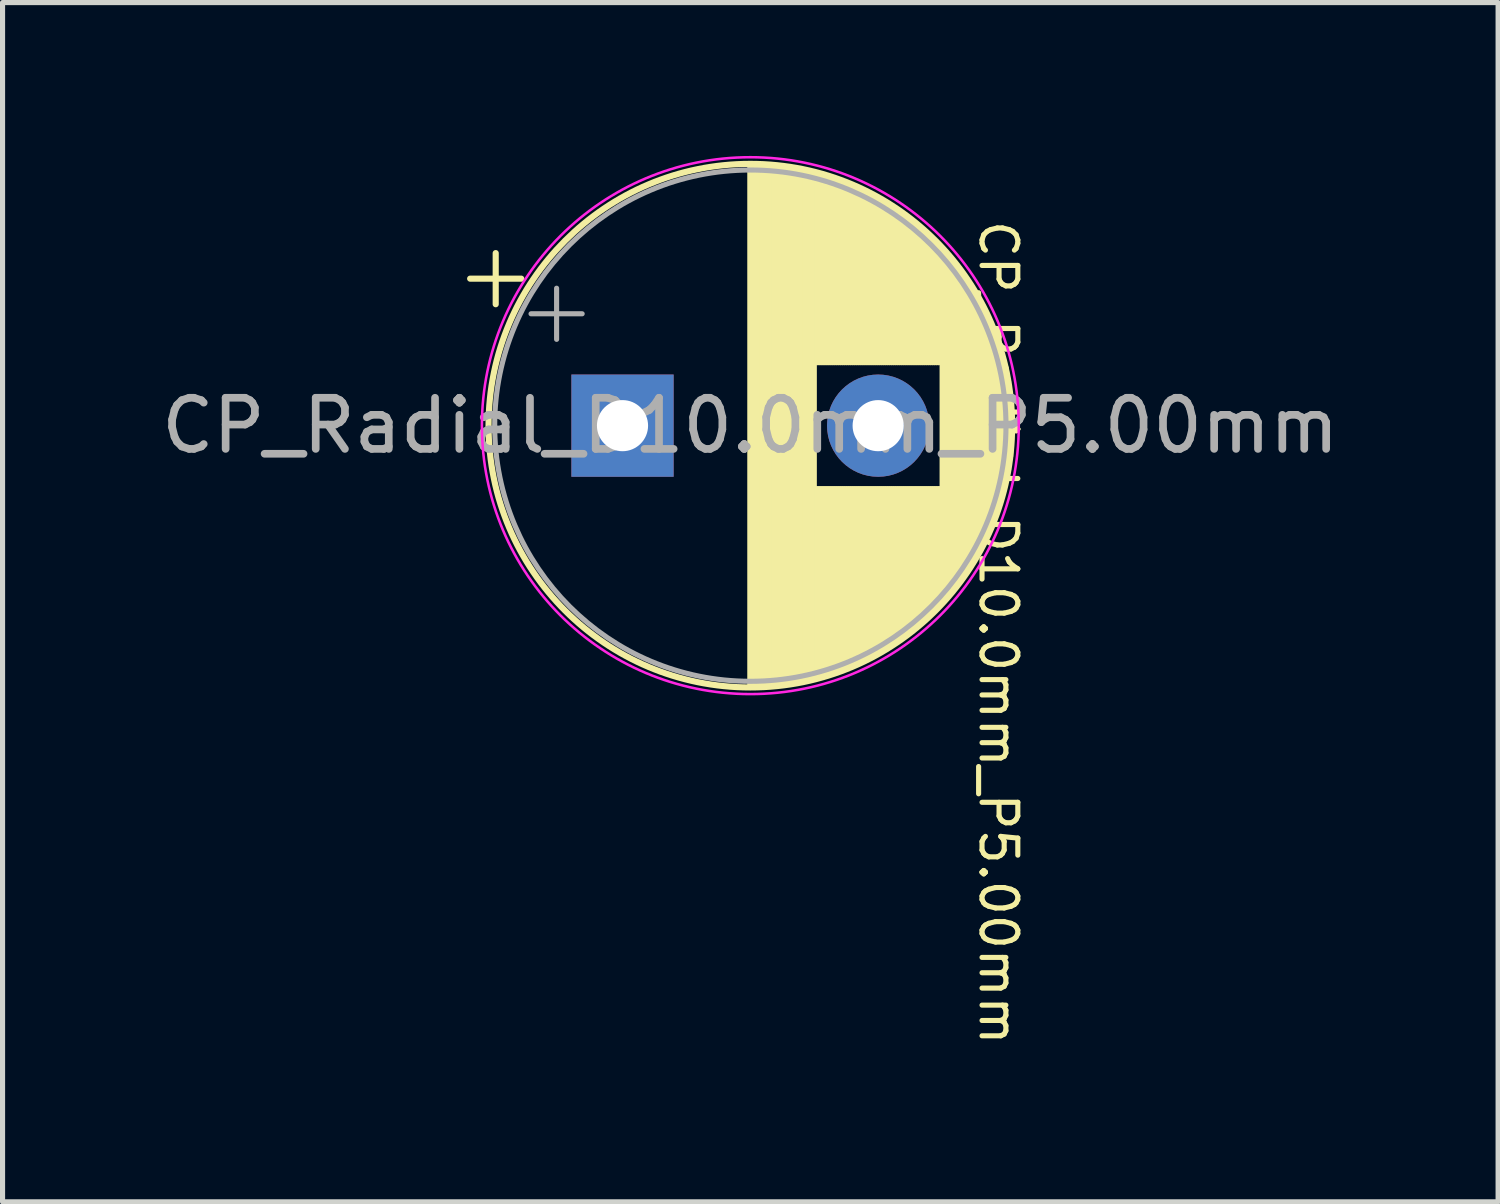
<source format=kicad_pcb>
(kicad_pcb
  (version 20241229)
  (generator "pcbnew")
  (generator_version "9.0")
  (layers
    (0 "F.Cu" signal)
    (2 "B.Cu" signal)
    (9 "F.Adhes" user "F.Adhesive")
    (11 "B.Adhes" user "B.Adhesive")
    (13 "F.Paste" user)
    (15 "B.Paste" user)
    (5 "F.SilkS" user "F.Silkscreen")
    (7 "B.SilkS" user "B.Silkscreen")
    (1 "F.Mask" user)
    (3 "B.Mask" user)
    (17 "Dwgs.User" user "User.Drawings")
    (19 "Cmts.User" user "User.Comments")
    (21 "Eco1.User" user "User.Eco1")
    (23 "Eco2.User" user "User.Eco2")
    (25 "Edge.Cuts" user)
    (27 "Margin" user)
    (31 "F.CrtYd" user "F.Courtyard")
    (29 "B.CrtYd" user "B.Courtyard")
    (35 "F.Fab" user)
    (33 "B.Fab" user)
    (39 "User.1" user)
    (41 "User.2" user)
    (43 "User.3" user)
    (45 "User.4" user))
  (footprint "CP_Radial_D10.0mm_P5.00mm"
    (layer "F.Cu")
    (at 9.125 5.275)
    (property "Reference" "CP_Radial_D10.0mm_P5.00mm" (at 7.35 4.05 270) (unlocked yes) (layer "F.SilkS") (effects (font (size 0.7 0.7) (thickness 0.1))))
    (attr through_hole)
    (fp_line (start -2.98 -2.875) (end -1.98 -2.875) (stroke (width 0.12) (type solid)) (layer "F.SilkS"))
    (fp_line (start -2.48 -3.375) (end -2.48 -2.375) (stroke (width 0.12) (type solid)) (layer "F.SilkS"))
    (fp_line (start 2.5 -5.08) (end 2.5 5.08) (stroke (width 0.12) (type solid)) (layer "F.SilkS"))
    (fp_line (start 2.54 -5.08) (end 2.54 5.08) (stroke (width 0.12) (type solid)) (layer "F.SilkS"))
    (fp_line (start 2.58 -5.08) (end 2.58 5.08) (stroke (width 0.12) (type solid)) (layer "F.SilkS"))
    (fp_line (start 2.62 -5.079) (end 2.62 5.079) (stroke (width 0.12) (type solid)) (layer "F.SilkS"))
    (fp_line (start 2.66 -5.078) (end 2.66 5.078) (stroke (width 0.12) (type solid)) (layer "F.SilkS"))
    (fp_line (start 2.7 -5.077) (end 2.7 5.077) (stroke (width 0.12) (type solid)) (layer "F.SilkS"))
    (fp_line (start 2.74 -5.075) (end 2.74 5.075) (stroke (width 0.12) (type solid)) (layer "F.SilkS"))
    (fp_line (start 2.78 -5.073) (end 2.78 5.073) (stroke (width 0.12) (type solid)) (layer "F.SilkS"))
    (fp_line (start 2.82 -5.07) (end 2.82 5.07) (stroke (width 0.12) (type solid)) (layer "F.SilkS"))
    (fp_line (start 2.86 -5.068) (end 2.86 5.068) (stroke (width 0.12) (type solid)) (layer "F.SilkS"))
    (fp_line (start 2.9 -5.065) (end 2.9 5.065) (stroke (width 0.12) (type solid)) (layer "F.SilkS"))
    (fp_line (start 2.94 -5.062) (end 2.94 5.062) (stroke (width 0.12) (type solid)) (layer "F.SilkS"))
    (fp_line (start 2.98 -5.058) (end 2.98 5.058) (stroke (width 0.12) (type solid)) (layer "F.SilkS"))
    (fp_line (start 3.02 -5.054) (end 3.02 5.054) (stroke (width 0.12) (type solid)) (layer "F.SilkS"))
    (fp_line (start 3.06 -5.05) (end 3.06 5.05) (stroke (width 0.12) (type solid)) (layer "F.SilkS"))
    (fp_line (start 3.1 -5.045) (end 3.1 5.045) (stroke (width 0.12) (type solid)) (layer "F.SilkS"))
    (fp_line (start 3.14 -5.04) (end 3.14 5.04) (stroke (width 0.12) (type solid)) (layer "F.SilkS"))
    (fp_line (start 3.18 -5.035) (end 3.18 5.035) (stroke (width 0.12) (type solid)) (layer "F.SilkS"))
    (fp_line (start 3.221 -5.03) (end 3.221 5.03) (stroke (width 0.12) (type solid)) (layer "F.SilkS"))
    (fp_line (start 3.261 -5.024) (end 3.261 5.024) (stroke (width 0.12) (type solid)) (layer "F.SilkS"))
    (fp_line (start 3.301 -5.018) (end 3.301 5.018) (stroke (width 0.12) (type solid)) (layer "F.SilkS"))
    (fp_line (start 3.341 -5.011) (end 3.341 5.011) (stroke (width 0.12) (type solid)) (layer "F.SilkS"))
    (fp_line (start 3.381 -5.004) (end 3.381 5.004) (stroke (width 0.12) (type solid)) (layer "F.SilkS"))
    (fp_line (start 3.421 -4.997) (end 3.421 4.997) (stroke (width 0.12) (type solid)) (layer "F.SilkS"))
    (fp_line (start 3.461 -4.99) (end 3.461 4.99) (stroke (width 0.12) (type solid)) (layer "F.SilkS"))
    (fp_line (start 3.501 -4.982) (end 3.501 4.982) (stroke (width 0.12) (type solid)) (layer "F.SilkS"))
    (fp_line (start 3.541 -4.974) (end 3.541 4.974) (stroke (width 0.12) (type solid)) (layer "F.SilkS"))
    (fp_line (start 3.581 -4.965) (end 3.581 4.965) (stroke (width 0.12) (type solid)) (layer "F.SilkS"))
    (fp_line (start 3.621 -4.956) (end 3.621 4.956) (stroke (width 0.12) (type solid)) (layer "F.SilkS"))
    (fp_line (start 3.661 -4.947) (end 3.661 4.947) (stroke (width 0.12) (type solid)) (layer "F.SilkS"))
    (fp_line (start 3.701 -4.938) (end 3.701 4.938) (stroke (width 0.12) (type solid)) (layer "F.SilkS"))
    (fp_line (start 3.741 -4.928) (end 3.741 4.928) (stroke (width 0.12) (type solid)) (layer "F.SilkS"))
    (fp_line (start 3.781 -4.918) (end 3.781 -1.241) (stroke (width 0.12) (type solid)) (layer "F.SilkS"))
    (fp_line (start 3.781 1.241) (end 3.781 4.918) (stroke (width 0.12) (type solid)) (layer "F.SilkS"))
    (fp_line (start 3.821 -4.907) (end 3.821 -1.241) (stroke (width 0.12) (type solid)) (layer "F.SilkS"))
    (fp_line (start 3.821 1.241) (end 3.821 4.907) (stroke (width 0.12) (type solid)) (layer "F.SilkS"))
    (fp_line (start 3.861 -4.897) (end 3.861 -1.241) (stroke (width 0.12) (type solid)) (layer "F.SilkS"))
    (fp_line (start 3.861 1.241) (end 3.861 4.897) (stroke (width 0.12) (type solid)) (layer "F.SilkS"))
    (fp_line (start 3.901 -4.885) (end 3.901 -1.241) (stroke (width 0.12) (type solid)) (layer "F.SilkS"))
    (fp_line (start 3.901 1.241) (end 3.901 4.885) (stroke (width 0.12) (type solid)) (layer "F.SilkS"))
    (fp_line (start 3.941 -4.874) (end 3.941 -1.241) (stroke (width 0.12) (type solid)) (layer "F.SilkS"))
    (fp_line (start 3.941 1.241) (end 3.941 4.874) (stroke (width 0.12) (type solid)) (layer "F.SilkS"))
    (fp_line (start 3.981 -4.862) (end 3.981 -1.241) (stroke (width 0.12) (type solid)) (layer "F.SilkS"))
    (fp_line (start 3.981 1.241) (end 3.981 4.862) (stroke (width 0.12) (type solid)) (layer "F.SilkS"))
    (fp_line (start 4.021 -4.85) (end 4.021 -1.241) (stroke (width 0.12) (type solid)) (layer "F.SilkS"))
    (fp_line (start 4.021 1.241) (end 4.021 4.85) (stroke (width 0.12) (type solid)) (layer "F.SilkS"))
    (fp_line (start 4.061 -4.837) (end 4.061 -1.241) (stroke (width 0.12) (type solid)) (layer "F.SilkS"))
    (fp_line (start 4.061 1.241) (end 4.061 4.837) (stroke (width 0.12) (type solid)) (layer "F.SilkS"))
    (fp_line (start 4.101 -4.824) (end 4.101 -1.241) (stroke (width 0.12) (type solid)) (layer "F.SilkS"))
    (fp_line (start 4.101 1.241) (end 4.101 4.824) (stroke (width 0.12) (type solid)) (layer "F.SilkS"))
    (fp_line (start 4.141 -4.811) (end 4.141 -1.241) (stroke (width 0.12) (type solid)) (layer "F.SilkS"))
    (fp_line (start 4.141 1.241) (end 4.141 4.811) (stroke (width 0.12) (type solid)) (layer "F.SilkS"))
    (fp_line (start 4.181 -4.797) (end 4.181 -1.241) (stroke (width 0.12) (type solid)) (layer "F.SilkS"))
    (fp_line (start 4.181 1.241) (end 4.181 4.797) (stroke (width 0.12) (type solid)) (layer "F.SilkS"))
    (fp_line (start 4.221 -4.783) (end 4.221 -1.241) (stroke (width 0.12) (type solid)) (layer "F.SilkS"))
    (fp_line (start 4.221 1.241) (end 4.221 4.783) (stroke (width 0.12) (type solid)) (layer "F.SilkS"))
    (fp_line (start 4.261 -4.768) (end 4.261 -1.241) (stroke (width 0.12) (type solid)) (layer "F.SilkS"))
    (fp_line (start 4.261 1.241) (end 4.261 4.768) (stroke (width 0.12) (type solid)) (layer "F.SilkS"))
    (fp_line (start 4.301 -4.754) (end 4.301 -1.241) (stroke (width 0.12) (type solid)) (layer "F.SilkS"))
    (fp_line (start 4.301 1.241) (end 4.301 4.754) (stroke (width 0.12) (type solid)) (layer "F.SilkS"))
    (fp_line (start 4.341 -4.738) (end 4.341 -1.241) (stroke (width 0.12) (type solid)) (layer "F.SilkS"))
    (fp_line (start 4.341 1.241) (end 4.341 4.738) (stroke (width 0.12) (type solid)) (layer "F.SilkS"))
    (fp_line (start 4.381 -4.723) (end 4.381 -1.241) (stroke (width 0.12) (type solid)) (layer "F.SilkS"))
    (fp_line (start 4.381 1.241) (end 4.381 4.723) (stroke (width 0.12) (type solid)) (layer "F.SilkS"))
    (fp_line (start 4.421 -4.707) (end 4.421 -1.241) (stroke (width 0.12) (type solid)) (layer "F.SilkS"))
    (fp_line (start 4.421 1.241) (end 4.421 4.707) (stroke (width 0.12) (type solid)) (layer "F.SilkS"))
    (fp_line (start 4.461 -4.69) (end 4.461 -1.241) (stroke (width 0.12) (type solid)) (layer "F.SilkS"))
    (fp_line (start 4.461 1.241) (end 4.461 4.69) (stroke (width 0.12) (type solid)) (layer "F.SilkS"))
    (fp_line (start 4.501 -4.674) (end 4.501 -1.241) (stroke (width 0.12) (type solid)) (layer "F.SilkS"))
    (fp_line (start 4.501 1.241) (end 4.501 4.674) (stroke (width 0.12) (type solid)) (layer "F.SilkS"))
    (fp_line (start 4.541 -4.657) (end 4.541 -1.241) (stroke (width 0.12) (type solid)) (layer "F.SilkS"))
    (fp_line (start 4.541 1.241) (end 4.541 4.657) (stroke (width 0.12) (type solid)) (layer "F.SilkS"))
    (fp_line (start 4.581 -4.639) (end 4.581 -1.241) (stroke (width 0.12) (type solid)) (layer "F.SilkS"))
    (fp_line (start 4.581 1.241) (end 4.581 4.639) (stroke (width 0.12) (type solid)) (layer "F.SilkS"))
    (fp_line (start 4.621 -4.621) (end 4.621 -1.241) (stroke (width 0.12) (type solid)) (layer "F.SilkS"))
    (fp_line (start 4.621 1.241) (end 4.621 4.621) (stroke (width 0.12) (type solid)) (layer "F.SilkS"))
    (fp_line (start 4.661 -4.603) (end 4.661 -1.241) (stroke (width 0.12) (type solid)) (layer "F.SilkS"))
    (fp_line (start 4.661 1.241) (end 4.661 4.603) (stroke (width 0.12) (type solid)) (layer "F.SilkS"))
    (fp_line (start 4.701 -4.584) (end 4.701 -1.241) (stroke (width 0.12) (type solid)) (layer "F.SilkS"))
    (fp_line (start 4.701 1.241) (end 4.701 4.584) (stroke (width 0.12) (type solid)) (layer "F.SilkS"))
    (fp_line (start 4.741 -4.564) (end 4.741 -1.241) (stroke (width 0.12) (type solid)) (layer "F.SilkS"))
    (fp_line (start 4.741 1.241) (end 4.741 4.564) (stroke (width 0.12) (type solid)) (layer "F.SilkS"))
    (fp_line (start 4.781 -4.545) (end 4.781 -1.241) (stroke (width 0.12) (type solid)) (layer "F.SilkS"))
    (fp_line (start 4.781 1.241) (end 4.781 4.545) (stroke (width 0.12) (type solid)) (layer "F.SilkS"))
    (fp_line (start 4.821 -4.525) (end 4.821 -1.241) (stroke (width 0.12) (type solid)) (layer "F.SilkS"))
    (fp_line (start 4.821 1.241) (end 4.821 4.525) (stroke (width 0.12) (type solid)) (layer "F.SilkS"))
    (fp_line (start 4.861 -4.504) (end 4.861 -1.241) (stroke (width 0.12) (type solid)) (layer "F.SilkS"))
    (fp_line (start 4.861 1.241) (end 4.861 4.504) (stroke (width 0.12) (type solid)) (layer "F.SilkS"))
    (fp_line (start 4.901 -4.483) (end 4.901 -1.241) (stroke (width 0.12) (type solid)) (layer "F.SilkS"))
    (fp_line (start 4.901 1.241) (end 4.901 4.483) (stroke (width 0.12) (type solid)) (layer "F.SilkS"))
    (fp_line (start 4.941 -4.462) (end 4.941 -1.241) (stroke (width 0.12) (type solid)) (layer "F.SilkS"))
    (fp_line (start 4.941 1.241) (end 4.941 4.462) (stroke (width 0.12) (type solid)) (layer "F.SilkS"))
    (fp_line (start 4.981 -4.44) (end 4.981 -1.241) (stroke (width 0.12) (type solid)) (layer "F.SilkS"))
    (fp_line (start 4.981 1.241) (end 4.981 4.44) (stroke (width 0.12) (type solid)) (layer "F.SilkS"))
    (fp_line (start 5.021 -4.417) (end 5.021 -1.241) (stroke (width 0.12) (type solid)) (layer "F.SilkS"))
    (fp_line (start 5.021 1.241) (end 5.021 4.417) (stroke (width 0.12) (type solid)) (layer "F.SilkS"))
    (fp_line (start 5.061 -4.395) (end 5.061 -1.241) (stroke (width 0.12) (type solid)) (layer "F.SilkS"))
    (fp_line (start 5.061 1.241) (end 5.061 4.395) (stroke (width 0.12) (type solid)) (layer "F.SilkS"))
    (fp_line (start 5.101 -4.371) (end 5.101 -1.241) (stroke (width 0.12) (type solid)) (layer "F.SilkS"))
    (fp_line (start 5.101 1.241) (end 5.101 4.371) (stroke (width 0.12) (type solid)) (layer "F.SilkS"))
    (fp_line (start 5.141 -4.347) (end 5.141 -1.241) (stroke (width 0.12) (type solid)) (layer "F.SilkS"))
    (fp_line (start 5.141 1.241) (end 5.141 4.347) (stroke (width 0.12) (type solid)) (layer "F.SilkS"))
    (fp_line (start 5.181 -4.323) (end 5.181 -1.241) (stroke (width 0.12) (type solid)) (layer "F.SilkS"))
    (fp_line (start 5.181 1.241) (end 5.181 4.323) (stroke (width 0.12) (type solid)) (layer "F.SilkS"))
    (fp_line (start 5.221 -4.298) (end 5.221 -1.241) (stroke (width 0.12) (type solid)) (layer "F.SilkS"))
    (fp_line (start 5.221 1.241) (end 5.221 4.298) (stroke (width 0.12) (type solid)) (layer "F.SilkS"))
    (fp_line (start 5.261 -4.273) (end 5.261 -1.241) (stroke (width 0.12) (type solid)) (layer "F.SilkS"))
    (fp_line (start 5.261 1.241) (end 5.261 4.273) (stroke (width 0.12) (type solid)) (layer "F.SilkS"))
    (fp_line (start 5.301 -4.247) (end 5.301 -1.241) (stroke (width 0.12) (type solid)) (layer "F.SilkS"))
    (fp_line (start 5.301 1.241) (end 5.301 4.247) (stroke (width 0.12) (type solid)) (layer "F.SilkS"))
    (fp_line (start 5.341 -4.221) (end 5.341 -1.241) (stroke (width 0.12) (type solid)) (layer "F.SilkS"))
    (fp_line (start 5.341 1.241) (end 5.341 4.221) (stroke (width 0.12) (type solid)) (layer "F.SilkS"))
    (fp_line (start 5.381 -4.194) (end 5.381 -1.241) (stroke (width 0.12) (type solid)) (layer "F.SilkS"))
    (fp_line (start 5.381 1.241) (end 5.381 4.194) (stroke (width 0.12) (type solid)) (layer "F.SilkS"))
    (fp_line (start 5.421 -4.166) (end 5.421 -1.241) (stroke (width 0.12) (type solid)) (layer "F.SilkS"))
    (fp_line (start 5.421 1.241) (end 5.421 4.166) (stroke (width 0.12) (type solid)) (layer "F.SilkS"))
    (fp_line (start 5.461 -4.138) (end 5.461 -1.241) (stroke (width 0.12) (type solid)) (layer "F.SilkS"))
    (fp_line (start 5.461 1.241) (end 5.461 4.138) (stroke (width 0.12) (type solid)) (layer "F.SilkS"))
    (fp_line (start 5.501 -4.11) (end 5.501 -1.241) (stroke (width 0.12) (type solid)) (layer "F.SilkS"))
    (fp_line (start 5.501 1.241) (end 5.501 4.11) (stroke (width 0.12) (type solid)) (layer "F.SilkS"))
    (fp_line (start 5.541 -4.08) (end 5.541 -1.241) (stroke (width 0.12) (type solid)) (layer "F.SilkS"))
    (fp_line (start 5.541 1.241) (end 5.541 4.08) (stroke (width 0.12) (type solid)) (layer "F.SilkS"))
    (fp_line (start 5.581 -4.05) (end 5.581 -1.241) (stroke (width 0.12) (type solid)) (layer "F.SilkS"))
    (fp_line (start 5.581 1.241) (end 5.581 4.05) (stroke (width 0.12) (type solid)) (layer "F.SilkS"))
    (fp_line (start 5.621 -4.02) (end 5.621 -1.241) (stroke (width 0.12) (type solid)) (layer "F.SilkS"))
    (fp_line (start 5.621 1.241) (end 5.621 4.02) (stroke (width 0.12) (type solid)) (layer "F.SilkS"))
    (fp_line (start 5.661 -3.989) (end 5.661 -1.241) (stroke (width 0.12) (type solid)) (layer "F.SilkS"))
    (fp_line (start 5.661 1.241) (end 5.661 3.989) (stroke (width 0.12) (type solid)) (layer "F.SilkS"))
    (fp_line (start 5.701 -3.957) (end 5.701 -1.241) (stroke (width 0.12) (type solid)) (layer "F.SilkS"))
    (fp_line (start 5.701 1.241) (end 5.701 3.957) (stroke (width 0.12) (type solid)) (layer "F.SilkS"))
    (fp_line (start 5.741 -3.925) (end 5.741 -1.241) (stroke (width 0.12) (type solid)) (layer "F.SilkS"))
    (fp_line (start 5.741 1.241) (end 5.741 3.925) (stroke (width 0.12) (type solid)) (layer "F.SilkS"))
    (fp_line (start 5.781 -3.892) (end 5.781 -1.241) (stroke (width 0.12) (type solid)) (layer "F.SilkS"))
    (fp_line (start 5.781 1.241) (end 5.781 3.892) (stroke (width 0.12) (type solid)) (layer "F.SilkS"))
    (fp_line (start 5.821 -3.858) (end 5.821 -1.241) (stroke (width 0.12) (type solid)) (layer "F.SilkS"))
    (fp_line (start 5.821 1.241) (end 5.821 3.858) (stroke (width 0.12) (type solid)) (layer "F.SilkS"))
    (fp_line (start 5.861 -3.824) (end 5.861 -1.241) (stroke (width 0.12) (type solid)) (layer "F.SilkS"))
    (fp_line (start 5.861 1.241) (end 5.861 3.824) (stroke (width 0.12) (type solid)) (layer "F.SilkS"))
    (fp_line (start 5.901 -3.789) (end 5.901 -1.241) (stroke (width 0.12) (type solid)) (layer "F.SilkS"))
    (fp_line (start 5.901 1.241) (end 5.901 3.789) (stroke (width 0.12) (type solid)) (layer "F.SilkS"))
    (fp_line (start 5.941 -3.753) (end 5.941 -1.241) (stroke (width 0.12) (type solid)) (layer "F.SilkS"))
    (fp_line (start 5.941 1.241) (end 5.941 3.753) (stroke (width 0.12) (type solid)) (layer "F.SilkS"))
    (fp_line (start 5.981 -3.716) (end 5.981 -1.241) (stroke (width 0.12) (type solid)) (layer "F.SilkS"))
    (fp_line (start 5.981 1.241) (end 5.981 3.716) (stroke (width 0.12) (type solid)) (layer "F.SilkS"))
    (fp_line (start 6.021 -3.679) (end 6.021 -1.241) (stroke (width 0.12) (type solid)) (layer "F.SilkS"))
    (fp_line (start 6.021 1.241) (end 6.021 3.679) (stroke (width 0.12) (type solid)) (layer "F.SilkS"))
    (fp_line (start 6.061 -3.64) (end 6.061 -1.241) (stroke (width 0.12) (type solid)) (layer "F.SilkS"))
    (fp_line (start 6.061 1.241) (end 6.061 3.64) (stroke (width 0.12) (type solid)) (layer "F.SilkS"))
    (fp_line (start 6.101 -3.601) (end 6.101 -1.241) (stroke (width 0.12) (type solid)) (layer "F.SilkS"))
    (fp_line (start 6.101 1.241) (end 6.101 3.601) (stroke (width 0.12) (type solid)) (layer "F.SilkS"))
    (fp_line (start 6.141 -3.561) (end 6.141 -1.241) (stroke (width 0.12) (type solid)) (layer "F.SilkS"))
    (fp_line (start 6.141 1.241) (end 6.141 3.561) (stroke (width 0.12) (type solid)) (layer "F.SilkS"))
    (fp_line (start 6.181 -3.52) (end 6.181 -1.241) (stroke (width 0.12) (type solid)) (layer "F.SilkS"))
    (fp_line (start 6.181 1.241) (end 6.181 3.52) (stroke (width 0.12) (type solid)) (layer "F.SilkS"))
    (fp_line (start 6.221 -3.478) (end 6.221 -1.241) (stroke (width 0.12) (type solid)) (layer "F.SilkS"))
    (fp_line (start 6.221 1.241) (end 6.221 3.478) (stroke (width 0.12) (type solid)) (layer "F.SilkS"))
    (fp_line (start 6.261 -3.436) (end 6.261 3.436) (stroke (width 0.12) (type solid)) (layer "F.SilkS"))
    (fp_line (start 6.301 -3.392) (end 6.301 3.392) (stroke (width 0.12) (type solid)) (layer "F.SilkS"))
    (fp_line (start 6.341 -3.347) (end 6.341 3.347) (stroke (width 0.12) (type solid)) (layer "F.SilkS"))
    (fp_line (start 6.381 -3.301) (end 6.381 3.301) (stroke (width 0.12) (type solid)) (layer "F.SilkS"))
    (fp_line (start 6.421 -3.254) (end 6.421 3.254) (stroke (width 0.12) (type solid)) (layer "F.SilkS"))
    (fp_line (start 6.461 -3.206) (end 6.461 3.206) (stroke (width 0.12) (type solid)) (layer "F.SilkS"))
    (fp_line (start 6.501 -3.156) (end 6.501 3.156) (stroke (width 0.12) (type solid)) (layer "F.SilkS"))
    (fp_line (start 6.541 -3.106) (end 6.541 3.106) (stroke (width 0.12) (type solid)) (layer "F.SilkS"))
    (fp_line (start 6.581 -3.054) (end 6.581 3.054) (stroke (width 0.12) (type solid)) (layer "F.SilkS"))
    (fp_line (start 6.621 -3) (end 6.621 3) (stroke (width 0.12) (type solid)) (layer "F.SilkS"))
    (fp_line (start 6.661 -2.945) (end 6.661 2.945) (stroke (width 0.12) (type solid)) (layer "F.SilkS"))
    (fp_line (start 6.701 -2.889) (end 6.701 2.889) (stroke (width 0.12) (type solid)) (layer "F.SilkS"))
    (fp_line (start 6.741 -2.83) (end 6.741 2.83) (stroke (width 0.12) (type solid)) (layer "F.SilkS"))
    (fp_line (start 6.781 -2.77) (end 6.781 2.77) (stroke (width 0.12) (type solid)) (layer "F.SilkS"))
    (fp_line (start 6.821 -2.709) (end 6.821 2.709) (stroke (width 0.12) (type solid)) (layer "F.SilkS"))
    (fp_line (start 6.861 -2.645) (end 6.861 2.645) (stroke (width 0.12) (type solid)) (layer "F.SilkS"))
    (fp_line (start 6.901 -2.579) (end 6.901 2.579) (stroke (width 0.12) (type solid)) (layer "F.SilkS"))
    (fp_line (start 6.941 -2.51) (end 6.941 2.51) (stroke (width 0.12) (type solid)) (layer "F.SilkS"))
    (fp_line (start 6.981 -2.439) (end 6.981 2.439) (stroke (width 0.12) (type solid)) (layer "F.SilkS"))
    (fp_line (start 7.021 -2.365) (end 7.021 2.365) (stroke (width 0.12) (type solid)) (layer "F.SilkS"))
    (fp_line (start 7.061 -2.289) (end 7.061 2.289) (stroke (width 0.12) (type solid)) (layer "F.SilkS"))
    (fp_line (start 7.101 -2.209) (end 7.101 2.209) (stroke (width 0.12) (type solid)) (layer "F.SilkS"))
    (fp_line (start 7.141 -2.125) (end 7.141 2.125) (stroke (width 0.12) (type solid)) (layer "F.SilkS"))
    (fp_line (start 7.181 -2.037) (end 7.181 2.037) (stroke (width 0.12) (type solid)) (layer "F.SilkS"))
    (fp_line (start 7.221 -1.944) (end 7.221 1.944) (stroke (width 0.12) (type solid)) (layer "F.SilkS"))
    (fp_line (start 7.261 -1.846) (end 7.261 1.846) (stroke (width 0.12) (type solid)) (layer "F.SilkS"))
    (fp_line (start 7.301 -1.742) (end 7.301 1.742) (stroke (width 0.12) (type solid)) (layer "F.SilkS"))
    (fp_line (start 7.341 -1.63) (end 7.341 1.63) (stroke (width 0.12) (type solid)) (layer "F.SilkS"))
    (fp_line (start 7.381 -1.51) (end 7.381 1.51) (stroke (width 0.12) (type solid)) (layer "F.SilkS"))
    (fp_line (start 7.421 -1.378) (end 7.421 1.378) (stroke (width 0.12) (type solid)) (layer "F.SilkS"))
    (fp_line (start 7.461 -1.23) (end 7.461 1.23) (stroke (width 0.12) (type solid)) (layer "F.SilkS"))
    (fp_line (start 7.501 -1.062) (end 7.501 1.062) (stroke (width 0.12) (type solid)) (layer "F.SilkS"))
    (fp_line (start 7.541 -0.862) (end 7.541 0.862) (stroke (width 0.12) (type solid)) (layer "F.SilkS"))
    (fp_line (start 7.581 -0.599) (end 7.581 0.599) (stroke (width 0.12) (type solid)) (layer "F.SilkS"))
    (fp_circle (center 2.5 0) (end 7.62 0) (stroke (width 0.12) (type solid)) (fill no) (layer "F.SilkS"))
    (fp_circle (center 2.5 0) (end 7.75 0) (stroke (width 0.05) (type solid)) (fill no) (layer "F.CrtYd"))
    (fp_line (start -1.789 -2.188) (end -0.789 -2.188) (stroke (width 0.1) (type solid)) (layer "F.Fab"))
    (fp_line (start -1.289 -2.688) (end -1.289 -1.688) (stroke (width 0.1) (type solid)) (layer "F.Fab"))
    (fp_circle (center 2.5 0) (end 7.5 0) (stroke (width 0.1) (type solid)) (fill no) (layer "F.Fab"))
    (fp_text user "${REFERENCE}" (at 2.5 0 0) (unlocked yes) (layer "F.Fab") (effects (font (size 1 1) (thickness 0.15))))
    (pad "1" thru_hole rect (at 0 0) (size 2 2) (drill 1) (layers "*.Cu" "*.Mask"))
    (pad "2" thru_hole circle (at 5 0) (size 2 2) (drill 1) (layers "*.Cu" "*.Mask")))
  (gr_rect
    (start -3 -3)
    (end 26.25 20.455)
    (stroke (width 0.1) (type default))
    (fill no)
    (layer "Edge.Cuts")))
</source>
